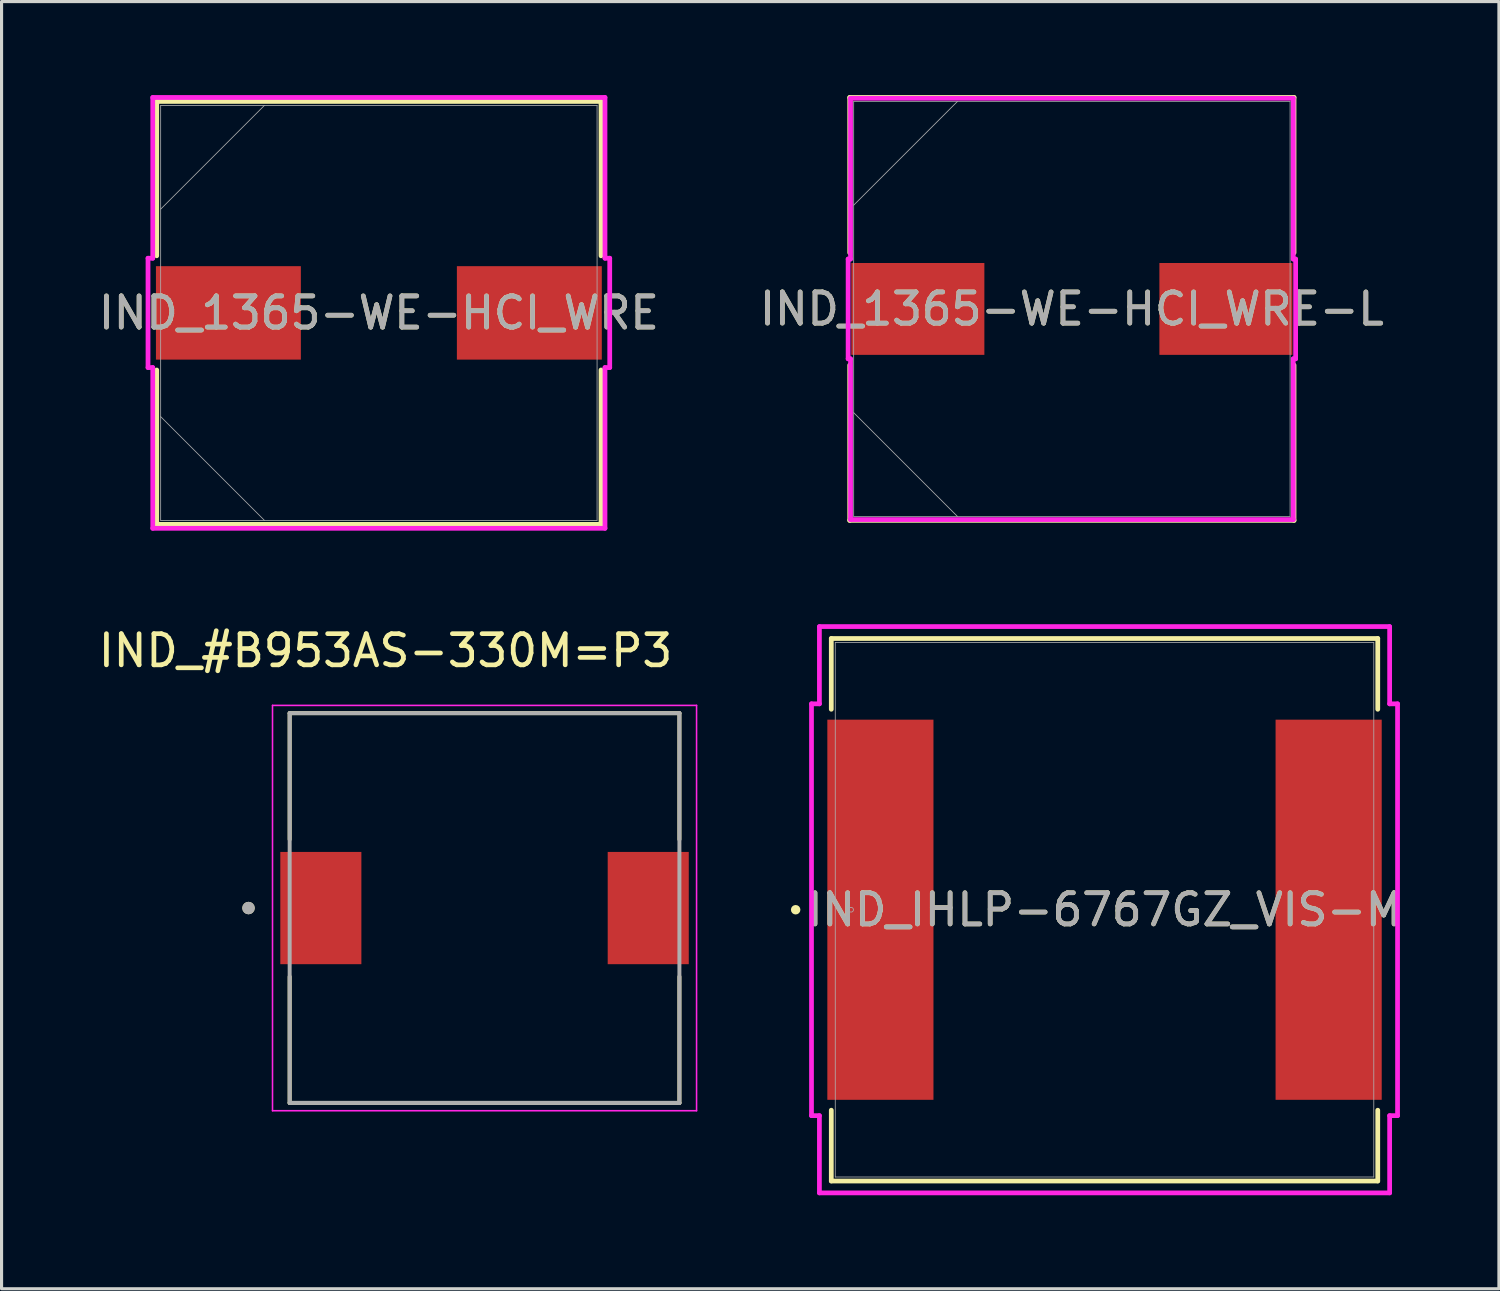
<source format=kicad_pcb>
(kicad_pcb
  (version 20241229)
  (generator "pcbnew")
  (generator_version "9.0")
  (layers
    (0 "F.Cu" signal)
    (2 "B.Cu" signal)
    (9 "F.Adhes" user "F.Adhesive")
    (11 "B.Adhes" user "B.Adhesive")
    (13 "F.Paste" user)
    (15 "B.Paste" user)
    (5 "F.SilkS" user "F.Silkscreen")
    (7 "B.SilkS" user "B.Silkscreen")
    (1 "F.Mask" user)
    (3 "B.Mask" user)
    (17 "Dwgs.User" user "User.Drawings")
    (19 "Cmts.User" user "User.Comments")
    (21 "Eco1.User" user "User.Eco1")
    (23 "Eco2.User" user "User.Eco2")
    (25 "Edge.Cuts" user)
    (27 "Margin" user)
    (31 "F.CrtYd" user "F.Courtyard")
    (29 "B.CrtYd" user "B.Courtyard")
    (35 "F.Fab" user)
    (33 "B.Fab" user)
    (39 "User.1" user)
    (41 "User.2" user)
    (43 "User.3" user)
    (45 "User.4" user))
  (footprint "IND_1365-WE-HCI_WRE"
    (layer "F.Cu")
    (at 9.101 6.985)
    (property "Reference" "IND_1365-WE-HCI_WRE" (at 0 0 0) (unlocked yes) (layer "F.SilkS") (effects (font (size 1 1) (thickness 0.15))))
    (attr smd)
    (fp_line (start -7.125 -6.782) (end -7.125 -1.831) (stroke (width 0.152) (type solid)) (layer "F.SilkS"))
    (fp_line (start -7.125 1.831) (end -7.125 6.782) (stroke (width 0.152) (type solid)) (layer "F.SilkS"))
    (fp_line (start -7.125 6.782) (end 7.125 6.782) (stroke (width 0.152) (type solid)) (layer "F.SilkS"))
    (fp_line (start 7.125 -6.782) (end -7.125 -6.782) (stroke (width 0.152) (type solid)) (layer "F.SilkS"))
    (fp_line (start 7.125 -1.831) (end 7.125 -6.782) (stroke (width 0.152) (type solid)) (layer "F.SilkS"))
    (fp_line (start 7.125 6.782) (end 7.125 1.831) (stroke (width 0.152) (type solid)) (layer "F.SilkS"))
    (fp_line (start -7.404 -1.753) (end -7.252 -1.753) (stroke (width 0.152) (type solid)) (layer "F.CrtYd"))
    (fp_line (start -7.404 1.753) (end -7.404 -1.753) (stroke (width 0.152) (type solid)) (layer "F.CrtYd"))
    (fp_line (start -7.252 -6.909) (end 7.252 -6.909) (stroke (width 0.152) (type solid)) (layer "F.CrtYd"))
    (fp_line (start -7.252 -1.753) (end -7.252 -6.909) (stroke (width 0.152) (type solid)) (layer "F.CrtYd"))
    (fp_line (start -7.252 1.753) (end -7.404 1.753) (stroke (width 0.152) (type solid)) (layer "F.CrtYd"))
    (fp_line (start -7.252 1.753) (end -7.252 6.909) (stroke (width 0.152) (type solid)) (layer "F.CrtYd"))
    (fp_line (start -7.252 6.909) (end 7.252 6.909) (stroke (width 0.152) (type solid)) (layer "F.CrtYd"))
    (fp_line (start 7.252 -6.909) (end 7.252 -1.753) (stroke (width 0.152) (type solid)) (layer "F.CrtYd"))
    (fp_line (start 7.252 -1.753) (end 7.404 -1.753) (stroke (width 0.152) (type solid)) (layer "F.CrtYd"))
    (fp_line (start 7.252 1.753) (end 7.404 1.753) (stroke (width 0.152) (type solid)) (layer "F.CrtYd"))
    (fp_line (start 7.252 6.909) (end 7.252 1.753) (stroke (width 0.152) (type solid)) (layer "F.CrtYd"))
    (fp_line (start 7.404 -1.753) (end 7.404 1.753) (stroke (width 0.152) (type solid)) (layer "F.CrtYd"))
    (fp_line (start -6.998 -6.655) (end -6.998 6.655) (stroke (width 0.025) (type solid)) (layer "F.Fab"))
    (fp_line (start -6.998 -3.327) (end -3.67 -6.655) (stroke (width 0.025) (type solid)) (layer "F.Fab"))
    (fp_line (start -6.998 3.327) (end -3.67 6.655) (stroke (width 0.025) (type solid)) (layer "F.Fab"))
    (fp_line (start -6.998 6.655) (end 6.998 6.655) (stroke (width 0.025) (type solid)) (layer "F.Fab"))
    (fp_line (start 6.998 -6.655) (end -6.998 -6.655) (stroke (width 0.025) (type solid)) (layer "F.Fab"))
    (fp_line (start 6.998 6.655) (end 6.998 -6.655) (stroke (width 0.025) (type solid)) (layer "F.Fab"))
    (fp_text user "${REFERENCE}" (at 0 0 0) (unlocked yes) (layer "F.Fab") (effects (font (size 1 1) (thickness 0.15))))
    (pad "1" smd rect (at -4.826 0 90) (size 2.997 4.648) (layers "F.Cu" "F.Mask" "F.Paste"))
    (pad "2" smd rect (at 4.826 0 90) (size 2.997 4.648) (layers "F.Cu" "F.Mask" "F.Paste")))
  (footprint "IND_1365-WE-HCI_WRE-L"
    (layer "F.Cu")
    (at 31.327 6.858)
    (property "Reference" "IND_1365-WE-HCI_WRE-L" (at 0 0 0) (unlocked yes) (layer "F.SilkS") (effects (font (size 1 1) (thickness 0.15))))
    (attr smd)
    (fp_line (start -7.125 -6.782) (end -7.125 -1.802) (stroke (width 0.152) (type solid)) (layer "F.SilkS"))
    (fp_line (start -7.125 1.802) (end -7.125 6.782) (stroke (width 0.152) (type solid)) (layer "F.SilkS"))
    (fp_line (start -7.125 6.782) (end 7.125 6.782) (stroke (width 0.152) (type solid)) (layer "F.SilkS"))
    (fp_line (start 7.125 -6.782) (end -7.125 -6.782) (stroke (width 0.152) (type solid)) (layer "F.SilkS"))
    (fp_line (start 7.125 -1.802) (end 7.125 -6.782) (stroke (width 0.152) (type solid)) (layer "F.SilkS"))
    (fp_line (start 7.125 6.782) (end 7.125 1.802) (stroke (width 0.152) (type solid)) (layer "F.SilkS"))
    (fp_line (start -7.176 -1.6) (end -7.099 -1.6) (stroke (width 0.152) (type solid)) (layer "F.CrtYd"))
    (fp_line (start -7.176 1.6) (end -7.176 -1.6) (stroke (width 0.152) (type solid)) (layer "F.CrtYd"))
    (fp_line (start -7.099 -6.756) (end 7.099 -6.756) (stroke (width 0.152) (type solid)) (layer "F.CrtYd"))
    (fp_line (start -7.099 -1.6) (end -7.099 -6.756) (stroke (width 0.152) (type solid)) (layer "F.CrtYd"))
    (fp_line (start -7.099 1.6) (end -7.176 1.6) (stroke (width 0.152) (type solid)) (layer "F.CrtYd"))
    (fp_line (start -7.099 1.6) (end -7.099 6.756) (stroke (width 0.152) (type solid)) (layer "F.CrtYd"))
    (fp_line (start -7.099 6.756) (end 7.099 6.756) (stroke (width 0.152) (type solid)) (layer "F.CrtYd"))
    (fp_line (start 7.099 -6.756) (end 7.099 -1.6) (stroke (width 0.152) (type solid)) (layer "F.CrtYd"))
    (fp_line (start 7.099 -1.6) (end 7.176 -1.6) (stroke (width 0.152) (type solid)) (layer "F.CrtYd"))
    (fp_line (start 7.099 1.6) (end 7.176 1.6) (stroke (width 0.152) (type solid)) (layer "F.CrtYd"))
    (fp_line (start 7.099 6.756) (end 7.099 1.6) (stroke (width 0.152) (type solid)) (layer "F.CrtYd"))
    (fp_line (start 7.176 -1.6) (end 7.176 1.6) (stroke (width 0.152) (type solid)) (layer "F.CrtYd"))
    (fp_line (start -6.998 -6.655) (end -6.998 6.655) (stroke (width 0.025) (type solid)) (layer "F.Fab"))
    (fp_line (start -6.998 -3.327) (end -3.67 -6.655) (stroke (width 0.025) (type solid)) (layer "F.Fab"))
    (fp_line (start -6.998 3.327) (end -3.67 6.655) (stroke (width 0.025) (type solid)) (layer "F.Fab"))
    (fp_line (start -6.998 6.655) (end 6.998 6.655) (stroke (width 0.025) (type solid)) (layer "F.Fab"))
    (fp_line (start 6.998 -6.655) (end -6.998 -6.655) (stroke (width 0.025) (type solid)) (layer "F.Fab"))
    (fp_line (start 6.998 6.655) (end 6.998 -6.655) (stroke (width 0.025) (type solid)) (layer "F.Fab"))
    (fp_text user "${REFERENCE}" (at 0 0 0) (unlocked yes) (layer "F.Fab") (effects (font (size 1 1) (thickness 0.15))))
    (pad "1" smd rect (at -4.94 0 90) (size 2.946 4.267) (layers "F.Cu" "F.Mask" "F.Paste"))
    (pad "2" smd rect (at 4.94 0 90) (size 2.946 4.267) (layers "F.Cu" "F.Mask" "F.Paste")))
  (footprint "IND_#B953AS-330M=P3"
    (layer "F.Cu")
    (at 12.49 26.073)
    (property "Reference" "IND_#B953AS-330M=P3" (at -3.175 -8.255 0) (layer "F.SilkS") (effects (font (size 1 1) (thickness 0.15))))
    (attr smd)
    (fp_line (start -6.25 -6.25) (end 6.25 -6.25) (stroke (width 0.127) (type solid)) (layer "F.SilkS"))
    (fp_line (start -6.25 -2.2) (end -6.25 -6.25) (stroke (width 0.127) (type solid)) (layer "F.SilkS"))
    (fp_line (start -6.25 2.2) (end -6.25 6.25) (stroke (width 0.127) (type solid)) (layer "F.SilkS"))
    (fp_line (start -6.25 6.25) (end 6.25 6.25) (stroke (width 0.127) (type solid)) (layer "F.SilkS"))
    (fp_line (start 6.25 -6.25) (end 6.25 -2.2) (stroke (width 0.127) (type solid)) (layer "F.SilkS"))
    (fp_line (start 6.25 6.25) (end 6.25 2.2) (stroke (width 0.127) (type solid)) (layer "F.SilkS"))
    (fp_circle (center -7.57 0) (end -7.47 0) (stroke (width 0.2) (type solid)) (fill no) (layer "F.SilkS"))
    (fp_line (start -6.8 -6.5) (end 6.8 -6.5) (stroke (width 0.05) (type solid)) (layer "F.CrtYd"))
    (fp_line (start -6.8 6.5) (end -6.8 -6.5) (stroke (width 0.05) (type solid)) (layer "F.CrtYd"))
    (fp_line (start 6.8 -6.5) (end 6.8 6.5) (stroke (width 0.05) (type solid)) (layer "F.CrtYd"))
    (fp_line (start 6.8 6.5) (end -6.8 6.5) (stroke (width 0.05) (type solid)) (layer "F.CrtYd"))
    (fp_line (start -6.25 -6.25) (end 6.25 -6.25) (stroke (width 0.127) (type solid)) (layer "F.Fab"))
    (fp_line (start -6.25 6.25) (end -6.25 -6.25) (stroke (width 0.127) (type solid)) (layer "F.Fab"))
    (fp_line (start 6.25 -6.25) (end 6.25 6.25) (stroke (width 0.127) (type solid)) (layer "F.Fab"))
    (fp_line (start 6.25 6.25) (end -6.25 6.25) (stroke (width 0.127) (type solid)) (layer "F.Fab"))
    (fp_circle (center -7.57 0) (end -7.47 0) (stroke (width 0.2) (type solid)) (fill no) (layer "F.Fab"))
    (pad "1" smd rect (at -5.25 0) (size 2.6 3.6) (layers "F.Cu" "F.Mask" "F.Paste"))
    (pad "2" smd rect (at 5.25 0) (size 2.6 3.6) (layers "F.Cu" "F.Mask" "F.Paste")))
  (footprint "IND_IHLP-6767GZ_VIS-M"
    (layer "F.Cu")
    (at 32.374 26.127)
    (property "Reference" "IND_IHLP-6767GZ_VIS-M" (at 0 0 0) (unlocked yes) (layer "F.SilkS") (effects (font (size 1 1) (thickness 0.15))))
    (attr smd)
    (fp_line (start -8.763 -8.7) (end -8.763 -6.429) (stroke (width 0.152) (type solid)) (layer "F.SilkS"))
    (fp_line (start -8.763 6.429) (end -8.763 8.7) (stroke (width 0.152) (type solid)) (layer "F.SilkS"))
    (fp_line (start -8.763 8.7) (end 8.763 8.7) (stroke (width 0.152) (type solid)) (layer "F.SilkS"))
    (fp_line (start 8.763 -8.7) (end -8.763 -8.7) (stroke (width 0.152) (type solid)) (layer "F.SilkS"))
    (fp_line (start 8.763 -6.429) (end 8.763 -8.7) (stroke (width 0.152) (type solid)) (layer "F.SilkS"))
    (fp_line (start 8.763 8.7) (end 8.763 6.429) (stroke (width 0.152) (type solid)) (layer "F.SilkS"))
    (fp_circle (center -9.906 0) (end -9.83 0) (stroke (width 0.152) (type solid)) (fill no) (layer "F.SilkS"))
    (fp_line (start -9.398 -6.604) (end -9.144 -6.604) (stroke (width 0.152) (type solid)) (layer "F.CrtYd"))
    (fp_line (start -9.398 6.604) (end -9.398 -6.604) (stroke (width 0.152) (type solid)) (layer "F.CrtYd"))
    (fp_line (start -9.144 -9.081) (end 9.144 -9.081) (stroke (width 0.152) (type solid)) (layer "F.CrtYd"))
    (fp_line (start -9.144 -6.604) (end -9.144 -9.081) (stroke (width 0.152) (type solid)) (layer "F.CrtYd"))
    (fp_line (start -9.144 6.604) (end -9.398 6.604) (stroke (width 0.152) (type solid)) (layer "F.CrtYd"))
    (fp_line (start -9.144 9.081) (end -9.144 6.604) (stroke (width 0.152) (type solid)) (layer "F.CrtYd"))
    (fp_line (start 9.144 -9.081) (end 9.144 -6.604) (stroke (width 0.152) (type solid)) (layer "F.CrtYd"))
    (fp_line (start 9.144 -6.604) (end 9.398 -6.604) (stroke (width 0.152) (type solid)) (layer "F.CrtYd"))
    (fp_line (start 9.144 6.604) (end 9.144 9.081) (stroke (width 0.152) (type solid)) (layer "F.CrtYd"))
    (fp_line (start 9.144 9.081) (end -9.144 9.081) (stroke (width 0.152) (type solid)) (layer "F.CrtYd"))
    (fp_line (start 9.398 -6.604) (end 9.398 6.604) (stroke (width 0.152) (type solid)) (layer "F.CrtYd"))
    (fp_line (start 9.398 6.604) (end 9.144 6.604) (stroke (width 0.152) (type solid)) (layer "F.CrtYd"))
    (fp_line (start -8.636 -8.572) (end -8.636 8.572) (stroke (width 0.025) (type solid)) (layer "F.Fab"))
    (fp_line (start -8.636 8.572) (end 8.636 8.572) (stroke (width 0.025) (type solid)) (layer "F.Fab"))
    (fp_line (start 8.636 -8.572) (end -8.636 -8.572) (stroke (width 0.025) (type solid)) (layer "F.Fab"))
    (fp_line (start 8.636 8.572) (end 8.636 -8.572) (stroke (width 0.025) (type solid)) (layer "F.Fab"))
    (fp_circle (center -8.128 0) (end -8.052 0) (stroke (width 0.025) (type solid)) (fill no) (layer "F.Fab"))
    (fp_text user "${REFERENCE}" (at 0 0 0) (unlocked yes) (layer "F.Fab") (effects (font (size 1 1) (thickness 0.15))))
    (pad "1" smd rect (at -7.188 0 90) (size 12.192 3.404) (layers "F.Cu" "F.Mask" "F.Paste"))
    (pad "2" smd rect (at 7.188 0 90) (size 12.192 3.404) (layers "F.Cu" "F.Mask" "F.Paste")))
  (gr_rect
    (start -3 -3)
    (end 45.023 38.283)
    (stroke (width 0.1) (type default))
    (fill no)
    (layer "Edge.Cuts")))
</source>
